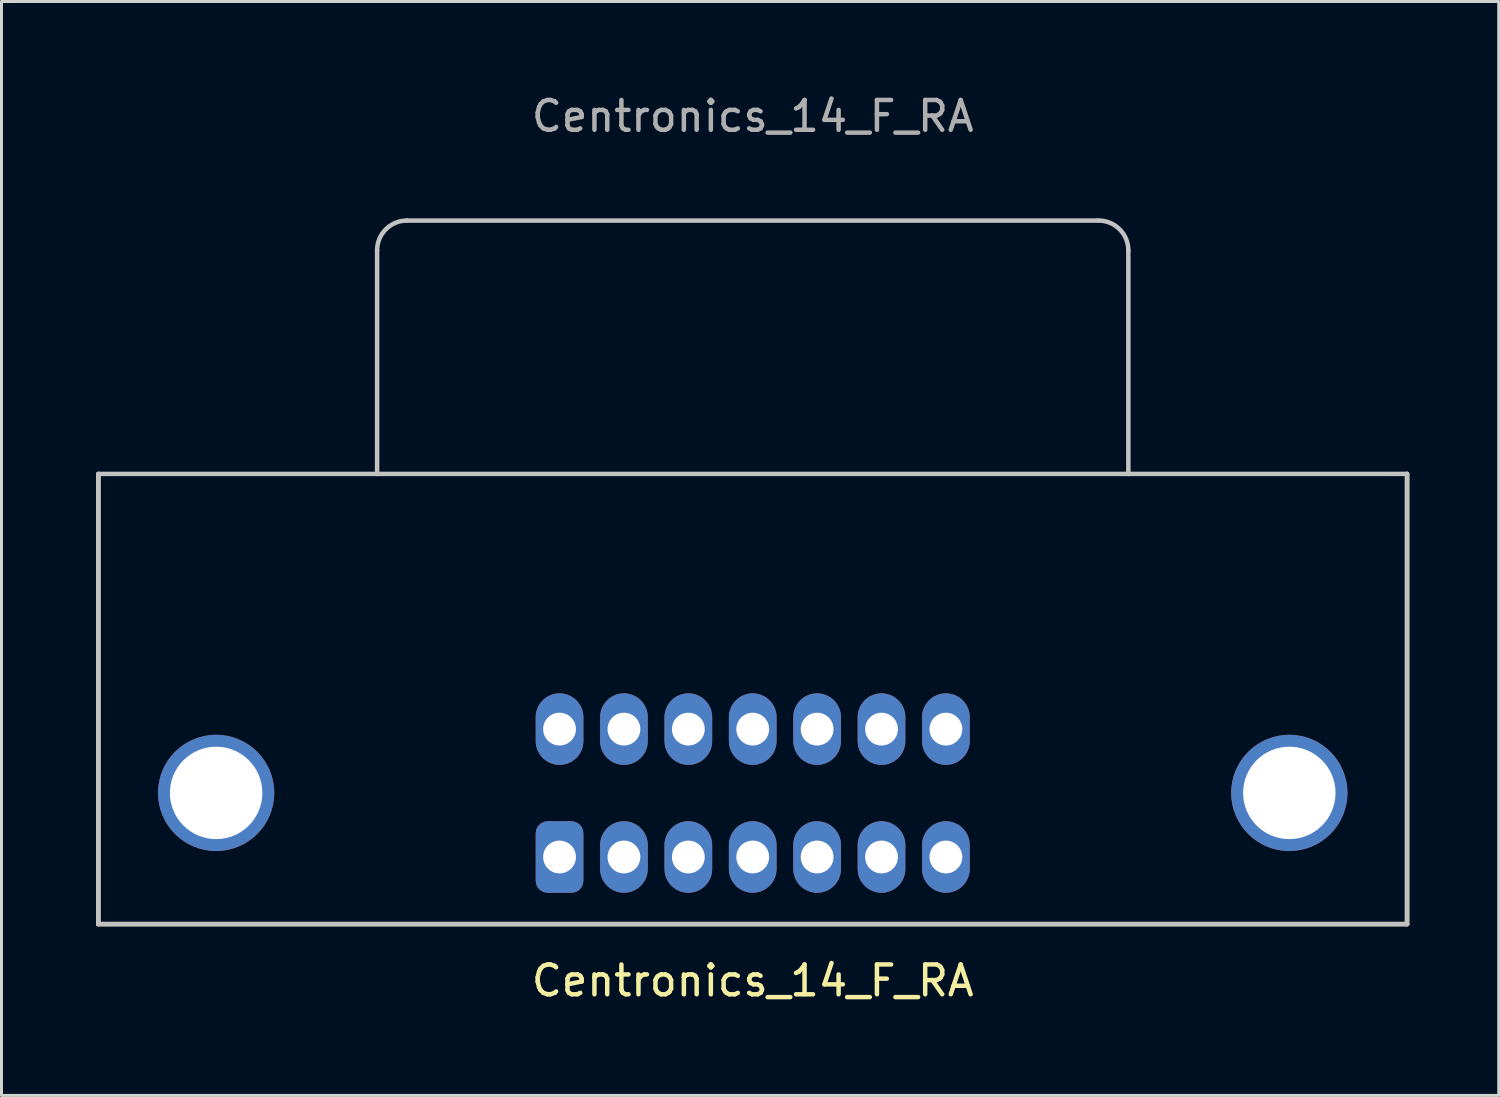
<source format=kicad_pcb>
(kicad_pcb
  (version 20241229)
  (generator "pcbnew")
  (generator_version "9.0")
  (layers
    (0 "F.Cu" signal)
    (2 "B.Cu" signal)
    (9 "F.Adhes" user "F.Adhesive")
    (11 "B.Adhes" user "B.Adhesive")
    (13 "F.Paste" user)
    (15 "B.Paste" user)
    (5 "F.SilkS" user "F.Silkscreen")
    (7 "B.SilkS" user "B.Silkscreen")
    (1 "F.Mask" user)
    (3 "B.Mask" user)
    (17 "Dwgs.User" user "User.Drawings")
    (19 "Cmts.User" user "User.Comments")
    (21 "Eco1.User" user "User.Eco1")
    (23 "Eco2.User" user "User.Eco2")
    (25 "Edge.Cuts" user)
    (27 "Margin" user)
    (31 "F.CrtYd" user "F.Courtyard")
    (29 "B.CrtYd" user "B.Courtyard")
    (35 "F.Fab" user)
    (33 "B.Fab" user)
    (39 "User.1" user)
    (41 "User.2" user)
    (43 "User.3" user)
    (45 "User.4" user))
  (footprint "Centronics_14_F_RA"
    (layer "F.Cu")
    (at 0.25 12.848)
    (property "Reference" "Centronics_14_F_RA" (at 21.95 17 0) (unlocked yes) (layer "F.SilkS") (effects (font (size 1 1) (thickness 0.15))))
    (attr through_hole)
    (fp_line (start 0 0) (end 0 15.1) (stroke (width 0.15) (type default)) (layer "F.SilkS"))
    (fp_line (start 0 15.1) (end 43.9 15.1) (stroke (width 0.15) (type default)) (layer "F.SilkS"))
    (fp_line (start 43.9 0) (end 43.9 15.1) (stroke (width 0.15) (type default)) (layer "F.SilkS"))
    (fp_line (start 0 0) (end 0 15.1) (stroke (width 0.15) (type solid)) (layer "Dwgs.User"))
    (fp_line (start 0 0) (end 9.35 0) (stroke (width 0.15) (type solid)) (layer "Dwgs.User"))
    (fp_line (start 0 15.1) (end 43.9 15.1) (stroke (width 0.15) (type solid)) (layer "Dwgs.User"))
    (fp_line (start 9.35 0) (end 9.35 -7.5) (stroke (width 0.15) (type solid)) (layer "Dwgs.User"))
    (fp_line (start 9.35 0) (end 34.55 0) (stroke (width 0.15) (type solid)) (layer "Dwgs.User"))
    (fp_line (start 10.35 -8.5) (end 33.55 -8.5) (stroke (width 0.15) (type solid)) (layer "Dwgs.User"))
    (fp_line (start 34.55 0) (end 34.55 -7.5) (stroke (width 0.15) (type solid)) (layer "Dwgs.User"))
    (fp_line (start 34.55 0) (end 43.9 0) (stroke (width 0.15) (type solid)) (layer "Dwgs.User"))
    (fp_line (start 43.9 15.1) (end 43.9 0) (stroke (width 0.15) (type solid)) (layer "Dwgs.User"))
    (fp_arc (start 9.35 -7.5) (mid 9.642893 -8.207107) (end 10.35 -8.5) (stroke (width 0.15) (type solid)) (layer "Dwgs.User"))
    (fp_arc (start 33.55 -8.5) (mid 34.257107 -8.207107) (end 34.55 -7.5) (stroke (width 0.15) (type solid)) (layer "Dwgs.User"))
    (fp_text user "${REFERENCE}" (at 21.95 -12 0) (unlocked yes) (layer "F.Fab") (effects (font (size 1 1) (thickness 0.15))))
    (pad "" thru_hole circle (at 3.95 10.7 180) (size 3.9 3.9) (drill 3.1) (layers "*.Cu" "*.Mask"))
    (pad "" thru_hole circle (at 39.95 10.7 180) (size 3.9 3.9) (drill 3.1) (layers "*.Cu" "*.Mask"))
    (pad "1" thru_hole roundrect (at 15.47 12.85 180) (size 1.6 2.4) (drill 1.1) (layers "*.Cu" "*.Mask") (roundrect_rratio 0.25))
    (pad "2" thru_hole oval (at 17.63 12.85 180) (size 1.6 2.4) (drill 1.1) (layers "*.Cu" "*.Mask"))
    (pad "3" thru_hole oval (at 19.79 12.85 180) (size 1.6 2.4) (drill 1.1) (layers "*.Cu" "*.Mask"))
    (pad "4" thru_hole oval (at 21.95 12.85 180) (size 1.6 2.4) (drill 1.1) (layers "*.Cu" "*.Mask"))
    (pad "5" thru_hole oval (at 24.11 12.85 180) (size 1.6 2.4) (drill 1.1) (layers "*.Cu" "*.Mask"))
    (pad "6" thru_hole oval (at 26.27 12.85 180) (size 1.6 2.4) (drill 1.1) (layers "*.Cu" "*.Mask"))
    (pad "7" thru_hole oval (at 28.43 12.85 180) (size 1.6 2.4) (drill 1.1) (layers "*.Cu" "*.Mask"))
    (pad "8" thru_hole oval (at 15.47 8.56 180) (size 1.6 2.4) (drill 1.1) (layers "*.Cu" "*.Mask"))
    (pad "9" thru_hole oval (at 17.63 8.56 180) (size 1.6 2.4) (drill 1.1) (layers "*.Cu" "*.Mask"))
    (pad "10" thru_hole oval (at 19.79 8.56 180) (size 1.6 2.4) (drill 1.1) (layers "*.Cu" "*.Mask"))
    (pad "11" thru_hole oval (at 21.95 8.56 180) (size 1.6 2.4) (drill 1.1) (layers "*.Cu" "*.Mask"))
    (pad "12" thru_hole oval (at 24.11 8.56 180) (size 1.6 2.4) (drill 1.1) (layers "*.Cu" "*.Mask"))
    (pad "13" thru_hole oval (at 26.27 8.56 180) (size 1.6 2.4) (drill 1.1) (layers "*.Cu" "*.Mask"))
    (pad "14" thru_hole oval (at 28.43 8.56 180) (size 1.6 2.4) (drill 1.1) (layers "*.Cu" "*.Mask")))
  (gr_rect
    (start -3 -3)
    (end 47.225 33.697)
    (stroke (width 0.1) (type default))
    (fill no)
    (layer "Edge.Cuts")))
</source>
